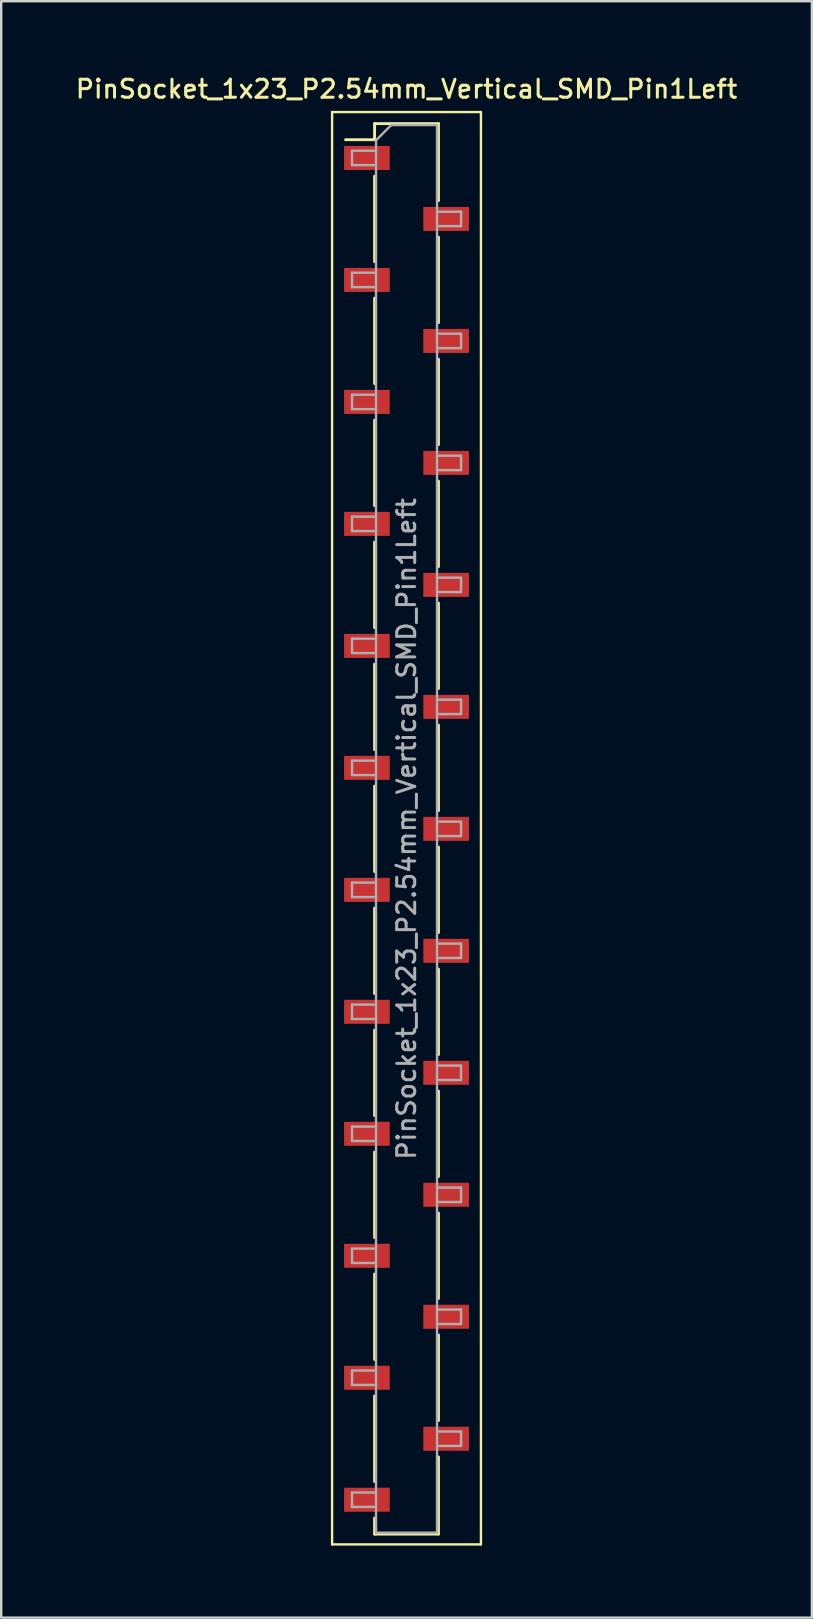
<source format=kicad_pcb>
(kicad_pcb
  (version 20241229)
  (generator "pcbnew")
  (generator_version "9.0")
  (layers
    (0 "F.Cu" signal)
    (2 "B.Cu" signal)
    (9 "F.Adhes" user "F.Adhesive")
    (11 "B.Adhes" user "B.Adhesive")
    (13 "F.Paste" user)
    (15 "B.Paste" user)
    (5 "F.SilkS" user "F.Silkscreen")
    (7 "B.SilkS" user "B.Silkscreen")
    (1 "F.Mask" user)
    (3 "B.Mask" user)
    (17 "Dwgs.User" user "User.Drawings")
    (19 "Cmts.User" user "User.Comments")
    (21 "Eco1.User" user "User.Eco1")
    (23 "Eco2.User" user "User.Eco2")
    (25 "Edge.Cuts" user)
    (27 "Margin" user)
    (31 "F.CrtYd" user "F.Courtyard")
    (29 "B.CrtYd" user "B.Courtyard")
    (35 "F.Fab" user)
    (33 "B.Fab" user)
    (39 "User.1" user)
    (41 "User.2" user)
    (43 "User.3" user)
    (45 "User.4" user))
  (footprint "PinSocket_1x23_P2.54mm_Vertical_SMD_Pin1Left"
    (layer "F.Cu")
    (at 13.88 31.468)
    (property "Reference" "PinSocket_1x23_P2.54mm_Vertical_SMD_Pin1Left" (at 0 -30.81 0) (layer "F.SilkS") (effects (font (size 0.75 0.75) (thickness 0.125))))
    (attr smd)
    (fp_line (start -3.1 -29.85) (end 3.1 -29.85) (stroke (width 0.1) (type solid)) (layer "F.SilkS"))
    (fp_line (start -3.1 29.8) (end -3.1 -29.85) (stroke (width 0.1) (type solid)) (layer "F.SilkS"))
    (fp_line (start -2.54 -28.7) (end -1.33 -28.7) (stroke (width 0.12) (type solid)) (layer "F.SilkS"))
    (fp_line (start -1.33 -29.37) (end -1.33 -28.7) (stroke (width 0.12) (type solid)) (layer "F.SilkS"))
    (fp_line (start -1.33 -29.37) (end 1.33 -29.37) (stroke (width 0.12) (type solid)) (layer "F.SilkS"))
    (fp_line (start -1.33 -27.18) (end -1.33 -23.62) (stroke (width 0.12) (type solid)) (layer "F.SilkS"))
    (fp_line (start -1.33 -22.1) (end -1.33 -18.54) (stroke (width 0.12) (type solid)) (layer "F.SilkS"))
    (fp_line (start -1.33 -17.02) (end -1.33 -13.46) (stroke (width 0.12) (type solid)) (layer "F.SilkS"))
    (fp_line (start -1.33 -11.94) (end -1.33 -8.38) (stroke (width 0.12) (type solid)) (layer "F.SilkS"))
    (fp_line (start -1.33 -6.86) (end -1.33 -3.3) (stroke (width 0.12) (type solid)) (layer "F.SilkS"))
    (fp_line (start -1.33 -1.78) (end -1.33 1.78) (stroke (width 0.12) (type solid)) (layer "F.SilkS"))
    (fp_line (start -1.33 3.3) (end -1.33 6.86) (stroke (width 0.12) (type solid)) (layer "F.SilkS"))
    (fp_line (start -1.33 8.38) (end -1.33 11.94) (stroke (width 0.12) (type solid)) (layer "F.SilkS"))
    (fp_line (start -1.33 13.46) (end -1.33 17.02) (stroke (width 0.12) (type solid)) (layer "F.SilkS"))
    (fp_line (start -1.33 18.54) (end -1.33 22.1) (stroke (width 0.12) (type solid)) (layer "F.SilkS"))
    (fp_line (start -1.33 23.62) (end -1.33 27.18) (stroke (width 0.12) (type solid)) (layer "F.SilkS"))
    (fp_line (start -1.33 28.7) (end -1.33 29.37) (stroke (width 0.12) (type solid)) (layer "F.SilkS"))
    (fp_line (start -1.33 29.37) (end 1.33 29.37) (stroke (width 0.12) (type solid)) (layer "F.SilkS"))
    (fp_line (start 1.33 -29.37) (end 1.33 -26.16) (stroke (width 0.12) (type solid)) (layer "F.SilkS"))
    (fp_line (start 1.33 -24.64) (end 1.33 -21.08) (stroke (width 0.12) (type solid)) (layer "F.SilkS"))
    (fp_line (start 1.33 -19.56) (end 1.33 -16) (stroke (width 0.12) (type solid)) (layer "F.SilkS"))
    (fp_line (start 1.33 -14.48) (end 1.33 -10.92) (stroke (width 0.12) (type solid)) (layer "F.SilkS"))
    (fp_line (start 1.33 -9.4) (end 1.33 -5.84) (stroke (width 0.12) (type solid)) (layer "F.SilkS"))
    (fp_line (start 1.33 -4.32) (end 1.33 -0.76) (stroke (width 0.12) (type solid)) (layer "F.SilkS"))
    (fp_line (start 1.33 0.76) (end 1.33 4.32) (stroke (width 0.12) (type solid)) (layer "F.SilkS"))
    (fp_line (start 1.33 5.84) (end 1.33 9.4) (stroke (width 0.12) (type solid)) (layer "F.SilkS"))
    (fp_line (start 1.33 10.92) (end 1.33 14.48) (stroke (width 0.12) (type solid)) (layer "F.SilkS"))
    (fp_line (start 1.33 16) (end 1.33 19.56) (stroke (width 0.12) (type solid)) (layer "F.SilkS"))
    (fp_line (start 1.33 21.08) (end 1.33 24.64) (stroke (width 0.12) (type solid)) (layer "F.SilkS"))
    (fp_line (start 1.33 26.16) (end 1.33 29.37) (stroke (width 0.12) (type solid)) (layer "F.SilkS"))
    (fp_line (start 3.1 -29.85) (end 3.1 29.8) (stroke (width 0.1) (type solid)) (layer "F.SilkS"))
    (fp_line (start 3.1 29.8) (end -3.1 29.8) (stroke (width 0.1) (type solid)) (layer "F.SilkS"))
    (fp_line (start -2.27 -28.24) (end -1.27 -28.24) (stroke (width 0.1) (type solid)) (layer "F.Fab"))
    (fp_line (start -2.27 -27.64) (end -2.27 -28.24) (stroke (width 0.1) (type solid)) (layer "F.Fab"))
    (fp_line (start -2.27 -23.16) (end -1.27 -23.16) (stroke (width 0.1) (type solid)) (layer "F.Fab"))
    (fp_line (start -2.27 -22.56) (end -2.27 -23.16) (stroke (width 0.1) (type solid)) (layer "F.Fab"))
    (fp_line (start -2.27 -18.08) (end -1.27 -18.08) (stroke (width 0.1) (type solid)) (layer "F.Fab"))
    (fp_line (start -2.27 -17.48) (end -2.27 -18.08) (stroke (width 0.1) (type solid)) (layer "F.Fab"))
    (fp_line (start -2.27 -13) (end -1.27 -13) (stroke (width 0.1) (type solid)) (layer "F.Fab"))
    (fp_line (start -2.27 -12.4) (end -2.27 -13) (stroke (width 0.1) (type solid)) (layer "F.Fab"))
    (fp_line (start -2.27 -7.92) (end -1.27 -7.92) (stroke (width 0.1) (type solid)) (layer "F.Fab"))
    (fp_line (start -2.27 -7.32) (end -2.27 -7.92) (stroke (width 0.1) (type solid)) (layer "F.Fab"))
    (fp_line (start -2.27 -2.84) (end -1.27 -2.84) (stroke (width 0.1) (type solid)) (layer "F.Fab"))
    (fp_line (start -2.27 -2.24) (end -2.27 -2.84) (stroke (width 0.1) (type solid)) (layer "F.Fab"))
    (fp_line (start -2.27 2.24) (end -1.27 2.24) (stroke (width 0.1) (type solid)) (layer "F.Fab"))
    (fp_line (start -2.27 2.84) (end -2.27 2.24) (stroke (width 0.1) (type solid)) (layer "F.Fab"))
    (fp_line (start -2.27 7.32) (end -1.27 7.32) (stroke (width 0.1) (type solid)) (layer "F.Fab"))
    (fp_line (start -2.27 7.92) (end -2.27 7.32) (stroke (width 0.1) (type solid)) (layer "F.Fab"))
    (fp_line (start -2.27 12.4) (end -1.27 12.4) (stroke (width 0.1) (type solid)) (layer "F.Fab"))
    (fp_line (start -2.27 13) (end -2.27 12.4) (stroke (width 0.1) (type solid)) (layer "F.Fab"))
    (fp_line (start -2.27 17.48) (end -1.27 17.48) (stroke (width 0.1) (type solid)) (layer "F.Fab"))
    (fp_line (start -2.27 18.08) (end -2.27 17.48) (stroke (width 0.1) (type solid)) (layer "F.Fab"))
    (fp_line (start -2.27 22.56) (end -1.27 22.56) (stroke (width 0.1) (type solid)) (layer "F.Fab"))
    (fp_line (start -2.27 23.16) (end -2.27 22.56) (stroke (width 0.1) (type solid)) (layer "F.Fab"))
    (fp_line (start -2.27 27.64) (end -1.27 27.64) (stroke (width 0.1) (type solid)) (layer "F.Fab"))
    (fp_line (start -2.27 28.24) (end -2.27 27.64) (stroke (width 0.1) (type solid)) (layer "F.Fab"))
    (fp_line (start -1.27 -28.675) (end -0.635 -29.31) (stroke (width 0.1) (type solid)) (layer "F.Fab"))
    (fp_line (start -1.27 -27.64) (end -2.27 -27.64) (stroke (width 0.1) (type solid)) (layer "F.Fab"))
    (fp_line (start -1.27 -22.56) (end -2.27 -22.56) (stroke (width 0.1) (type solid)) (layer "F.Fab"))
    (fp_line (start -1.27 -17.48) (end -2.27 -17.48) (stroke (width 0.1) (type solid)) (layer "F.Fab"))
    (fp_line (start -1.27 -12.4) (end -2.27 -12.4) (stroke (width 0.1) (type solid)) (layer "F.Fab"))
    (fp_line (start -1.27 -7.32) (end -2.27 -7.32) (stroke (width 0.1) (type solid)) (layer "F.Fab"))
    (fp_line (start -1.27 -2.24) (end -2.27 -2.24) (stroke (width 0.1) (type solid)) (layer "F.Fab"))
    (fp_line (start -1.27 2.84) (end -2.27 2.84) (stroke (width 0.1) (type solid)) (layer "F.Fab"))
    (fp_line (start -1.27 7.92) (end -2.27 7.92) (stroke (width 0.1) (type solid)) (layer "F.Fab"))
    (fp_line (start -1.27 13) (end -2.27 13) (stroke (width 0.1) (type solid)) (layer "F.Fab"))
    (fp_line (start -1.27 18.08) (end -2.27 18.08) (stroke (width 0.1) (type solid)) (layer "F.Fab"))
    (fp_line (start -1.27 23.16) (end -2.27 23.16) (stroke (width 0.1) (type solid)) (layer "F.Fab"))
    (fp_line (start -1.27 28.24) (end -2.27 28.24) (stroke (width 0.1) (type solid)) (layer "F.Fab"))
    (fp_line (start -1.27 29.31) (end -1.27 -28.675) (stroke (width 0.1) (type solid)) (layer "F.Fab"))
    (fp_line (start -0.635 -29.31) (end 1.27 -29.31) (stroke (width 0.1) (type solid)) (layer "F.Fab"))
    (fp_line (start 1.27 -29.31) (end 1.27 29.31) (stroke (width 0.1) (type solid)) (layer "F.Fab"))
    (fp_line (start 1.27 -25.7) (end 2.27 -25.7) (stroke (width 0.1) (type solid)) (layer "F.Fab"))
    (fp_line (start 1.27 -20.62) (end 2.27 -20.62) (stroke (width 0.1) (type solid)) (layer "F.Fab"))
    (fp_line (start 1.27 -15.54) (end 2.27 -15.54) (stroke (width 0.1) (type solid)) (layer "F.Fab"))
    (fp_line (start 1.27 -10.46) (end 2.27 -10.46) (stroke (width 0.1) (type solid)) (layer "F.Fab"))
    (fp_line (start 1.27 -5.38) (end 2.27 -5.38) (stroke (width 0.1) (type solid)) (layer "F.Fab"))
    (fp_line (start 1.27 -0.3) (end 2.27 -0.3) (stroke (width 0.1) (type solid)) (layer "F.Fab"))
    (fp_line (start 1.27 4.78) (end 2.27 4.78) (stroke (width 0.1) (type solid)) (layer "F.Fab"))
    (fp_line (start 1.27 9.86) (end 2.27 9.86) (stroke (width 0.1) (type solid)) (layer "F.Fab"))
    (fp_line (start 1.27 14.94) (end 2.27 14.94) (stroke (width 0.1) (type solid)) (layer "F.Fab"))
    (fp_line (start 1.27 20.02) (end 2.27 20.02) (stroke (width 0.1) (type solid)) (layer "F.Fab"))
    (fp_line (start 1.27 25.1) (end 2.27 25.1) (stroke (width 0.1) (type solid)) (layer "F.Fab"))
    (fp_line (start 1.27 29.31) (end -1.27 29.31) (stroke (width 0.1) (type solid)) (layer "F.Fab"))
    (fp_line (start 2.27 -25.7) (end 2.27 -25.1) (stroke (width 0.1) (type solid)) (layer "F.Fab"))
    (fp_line (start 2.27 -25.1) (end 1.27 -25.1) (stroke (width 0.1) (type solid)) (layer "F.Fab"))
    (fp_line (start 2.27 -20.62) (end 2.27 -20.02) (stroke (width 0.1) (type solid)) (layer "F.Fab"))
    (fp_line (start 2.27 -20.02) (end 1.27 -20.02) (stroke (width 0.1) (type solid)) (layer "F.Fab"))
    (fp_line (start 2.27 -15.54) (end 2.27 -14.94) (stroke (width 0.1) (type solid)) (layer "F.Fab"))
    (fp_line (start 2.27 -14.94) (end 1.27 -14.94) (stroke (width 0.1) (type solid)) (layer "F.Fab"))
    (fp_line (start 2.27 -10.46) (end 2.27 -9.86) (stroke (width 0.1) (type solid)) (layer "F.Fab"))
    (fp_line (start 2.27 -9.86) (end 1.27 -9.86) (stroke (width 0.1) (type solid)) (layer "F.Fab"))
    (fp_line (start 2.27 -5.38) (end 2.27 -4.78) (stroke (width 0.1) (type solid)) (layer "F.Fab"))
    (fp_line (start 2.27 -4.78) (end 1.27 -4.78) (stroke (width 0.1) (type solid)) (layer "F.Fab"))
    (fp_line (start 2.27 -0.3) (end 2.27 0.3) (stroke (width 0.1) (type solid)) (layer "F.Fab"))
    (fp_line (start 2.27 0.3) (end 1.27 0.3) (stroke (width 0.1) (type solid)) (layer "F.Fab"))
    (fp_line (start 2.27 4.78) (end 2.27 5.38) (stroke (width 0.1) (type solid)) (layer "F.Fab"))
    (fp_line (start 2.27 5.38) (end 1.27 5.38) (stroke (width 0.1) (type solid)) (layer "F.Fab"))
    (fp_line (start 2.27 9.86) (end 2.27 10.46) (stroke (width 0.1) (type solid)) (layer "F.Fab"))
    (fp_line (start 2.27 10.46) (end 1.27 10.46) (stroke (width 0.1) (type solid)) (layer "F.Fab"))
    (fp_line (start 2.27 14.94) (end 2.27 15.54) (stroke (width 0.1) (type solid)) (layer "F.Fab"))
    (fp_line (start 2.27 15.54) (end 1.27 15.54) (stroke (width 0.1) (type solid)) (layer "F.Fab"))
    (fp_line (start 2.27 20.02) (end 2.27 20.62) (stroke (width 0.1) (type solid)) (layer "F.Fab"))
    (fp_line (start 2.27 20.62) (end 1.27 20.62) (stroke (width 0.1) (type solid)) (layer "F.Fab"))
    (fp_line (start 2.27 25.1) (end 2.27 25.7) (stroke (width 0.1) (type solid)) (layer "F.Fab"))
    (fp_line (start 2.27 25.7) (end 1.27 25.7) (stroke (width 0.1) (type solid)) (layer "F.Fab"))
    (fp_text user "${REFERENCE}" (at 0 0 90) (layer "F.Fab") (effects (font (size 0.75 0.75) (thickness 0.125))))
    (pad "1" smd rect (at -1.65 -27.94) (size 1.9 1) (layers "F.Cu" "F.Mask" "F.Paste"))
    (pad "2" smd rect (at 1.65 -25.4) (size 1.9 1) (layers "F.Cu" "F.Mask" "F.Paste"))
    (pad "3" smd rect (at -1.65 -22.86) (size 1.9 1) (layers "F.Cu" "F.Mask" "F.Paste"))
    (pad "4" smd rect (at 1.65 -20.32) (size 1.9 1) (layers "F.Cu" "F.Mask" "F.Paste"))
    (pad "5" smd rect (at -1.65 -17.78) (size 1.9 1) (layers "F.Cu" "F.Mask" "F.Paste"))
    (pad "6" smd rect (at 1.65 -15.24) (size 1.9 1) (layers "F.Cu" "F.Mask" "F.Paste"))
    (pad "7" smd rect (at -1.65 -12.7) (size 1.9 1) (layers "F.Cu" "F.Mask" "F.Paste"))
    (pad "8" smd rect (at 1.65 -10.16) (size 1.9 1) (layers "F.Cu" "F.Mask" "F.Paste"))
    (pad "9" smd rect (at -1.65 -7.62) (size 1.9 1) (layers "F.Cu" "F.Mask" "F.Paste"))
    (pad "10" smd rect (at 1.65 -5.08) (size 1.9 1) (layers "F.Cu" "F.Mask" "F.Paste"))
    (pad "11" smd rect (at -1.65 -2.54) (size 1.9 1) (layers "F.Cu" "F.Mask" "F.Paste"))
    (pad "12" smd rect (at 1.65 0) (size 1.9 1) (layers "F.Cu" "F.Mask" "F.Paste"))
    (pad "13" smd rect (at -1.65 2.54) (size 1.9 1) (layers "F.Cu" "F.Mask" "F.Paste"))
    (pad "14" smd rect (at 1.65 5.08) (size 1.9 1) (layers "F.Cu" "F.Mask" "F.Paste"))
    (pad "15" smd rect (at -1.65 7.62) (size 1.9 1) (layers "F.Cu" "F.Mask" "F.Paste"))
    (pad "16" smd rect (at 1.65 10.16) (size 1.9 1) (layers "F.Cu" "F.Mask" "F.Paste"))
    (pad "17" smd rect (at -1.65 12.7) (size 1.9 1) (layers "F.Cu" "F.Mask" "F.Paste"))
    (pad "18" smd rect (at 1.65 15.24) (size 1.9 1) (layers "F.Cu" "F.Mask" "F.Paste"))
    (pad "19" smd rect (at -1.65 17.78) (size 1.9 1) (layers "F.Cu" "F.Mask" "F.Paste"))
    (pad "20" smd rect (at 1.65 20.32) (size 1.9 1) (layers "F.Cu" "F.Mask" "F.Paste"))
    (pad "21" smd rect (at -1.65 22.86) (size 1.9 1) (layers "F.Cu" "F.Mask" "F.Paste"))
    (pad "22" smd rect (at 1.65 25.4) (size 1.9 1) (layers "F.Cu" "F.Mask" "F.Paste"))
    (pad "23" smd rect (at -1.65 27.94) (size 1.9 1) (layers "F.Cu" "F.Mask" "F.Paste")))
  (gr_rect
    (start -3 -3)
    (end 30.761 64.318)
    (stroke (width 0.1) (type default))
    (fill no)
    (layer "Edge.Cuts")))
</source>
